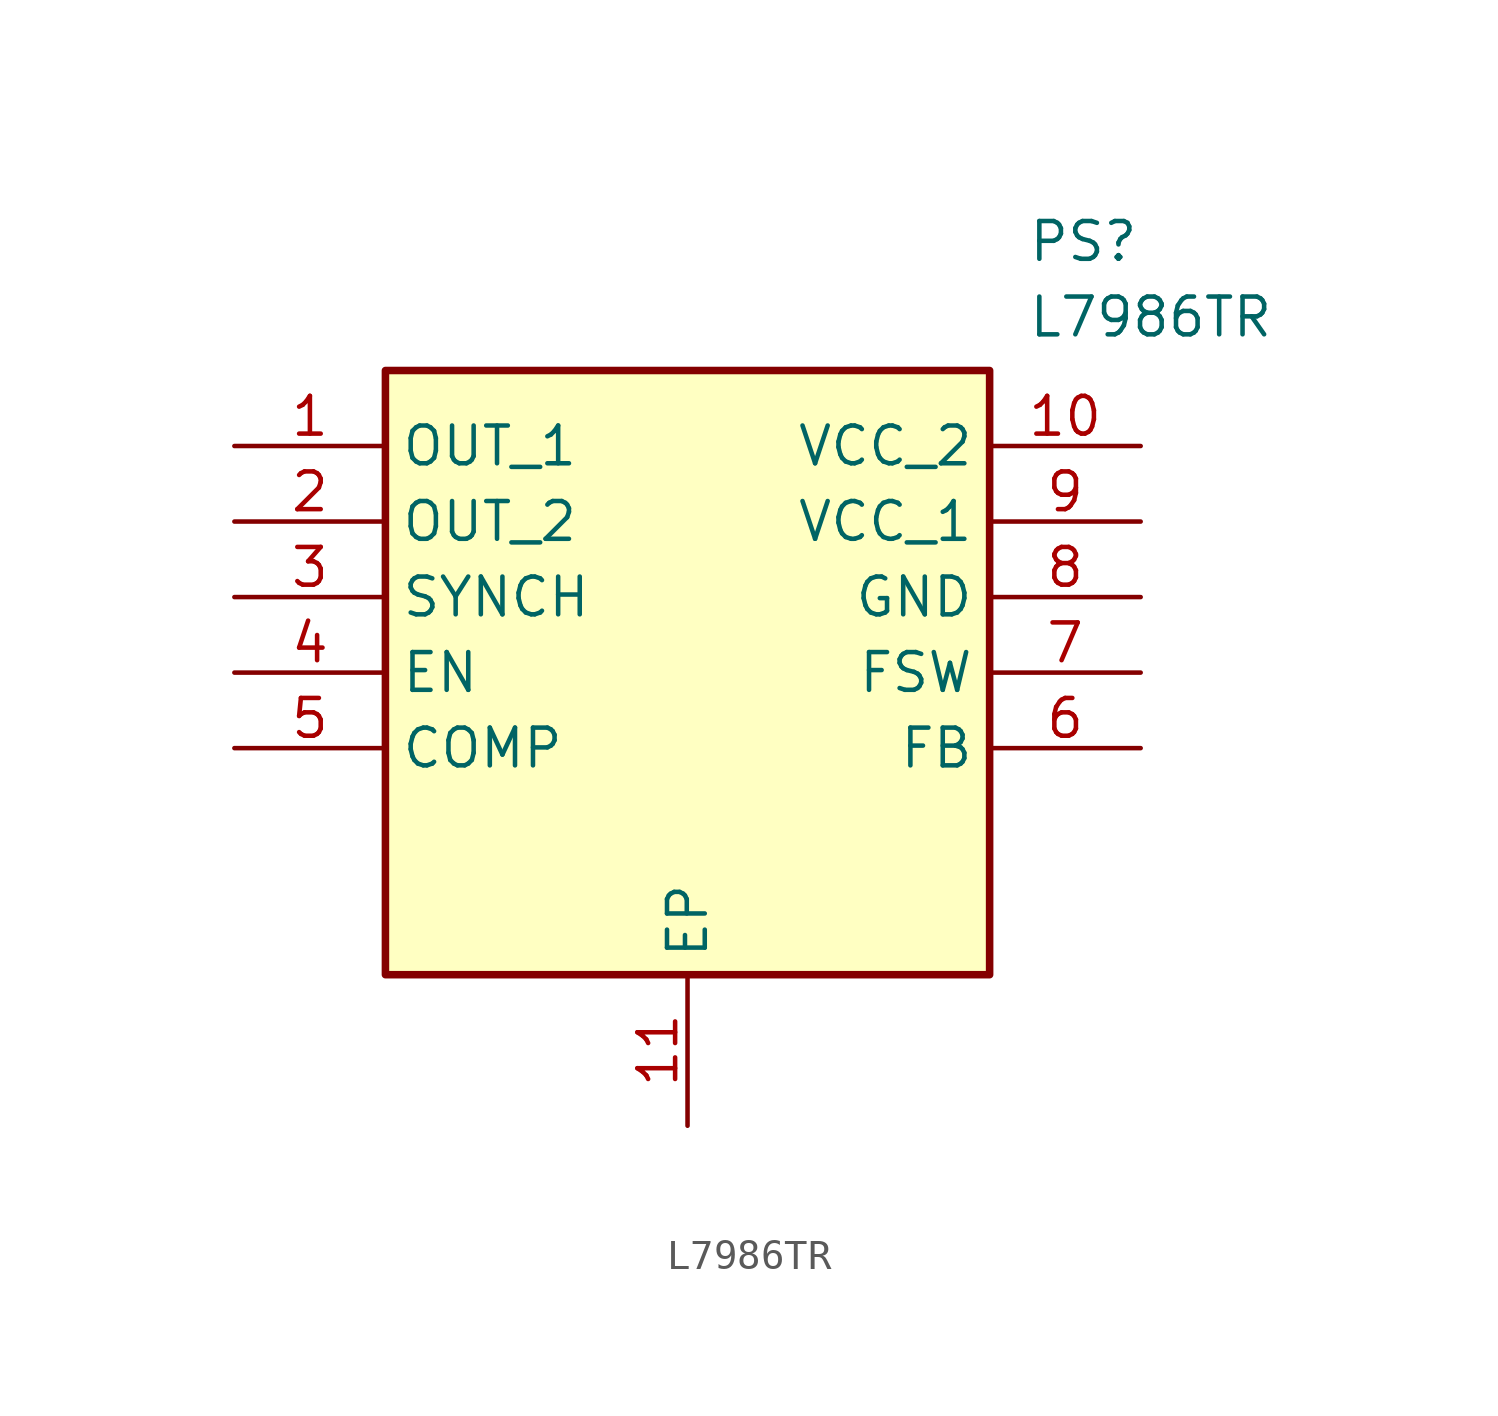
<source format=kicad_sym>
(kicad_symbol_lib
  (version 20211014)
  (generator SamacSys_ECAD_Model)
  (symbol "L7986TR"
    (property "Reference" "PS"
      (at 26.67 7.62 0)
      (effects (font (size 1.27 1.27)) (justify left top)))
    (property "Value" "L7986TR"
      (at 26.67 5.08 0)
      (effects (font (size 1.27 1.27)) (justify left top)))
    (rectangle
      (start 5.08 2.54)
      (end 25.4 -17.78)
      (stroke (width 0.254) (type default))
      (fill (type background)))
    (pin passive line
      (at 0 0 0)
      (length 5.08)
      (name "OUT_1" (effects (font (size 1.27 1.27))))
      (number "1" (effects (font (size 1.27 1.27)))))
    (pin passive line
      (at 0 -2.54 0)
      (length 5.08)
      (name "OUT_2" (effects (font (size 1.27 1.27))))
      (number "2" (effects (font (size 1.27 1.27)))))
    (pin passive line
      (at 0 -5.08 0)
      (length 5.08)
      (name "SYNCH" (effects (font (size 1.27 1.27))))
      (number "3" (effects (font (size 1.27 1.27)))))
    (pin passive line
      (at 0 -7.62 0)
      (length 5.08)
      (name "EN" (effects (font (size 1.27 1.27))))
      (number "4" (effects (font (size 1.27 1.27)))))
    (pin passive line
      (at 0 -10.16 0)
      (length 5.08)
      (name "COMP" (effects (font (size 1.27 1.27))))
      (number "5" (effects (font (size 1.27 1.27)))))
    (pin passive line
      (at 15.24 -22.86 90)
      (length 5.08)
      (name "EP" (effects (font (size 1.27 1.27))))
      (number "11" (effects (font (size 1.27 1.27)))))
    (pin passive line
      (at 30.48 0 180)
      (length 5.08)
      (name "VCC_2" (effects (font (size 1.27 1.27))))
      (number "10" (effects (font (size 1.27 1.27)))))
    (pin passive line
      (at 30.48 -2.54 180)
      (length 5.08)
      (name "VCC_1" (effects (font (size 1.27 1.27))))
      (number "9" (effects (font (size 1.27 1.27)))))
    (pin passive line
      (at 30.48 -5.08 180)
      (length 5.08)
      (name "GND" (effects (font (size 1.27 1.27))))
      (number "8" (effects (font (size 1.27 1.27)))))
    (pin passive line
      (at 30.48 -7.62 180)
      (length 5.08)
      (name "FSW" (effects (font (size 1.27 1.27))))
      (number "7" (effects (font (size 1.27 1.27)))))
    (pin passive line
      (at 30.48 -10.16 180)
      (length 5.08)
      (name "FB" (effects (font (size 1.27 1.27))))
      (number "6" (effects (font (size 1.27 1.27)))))))
</source>
